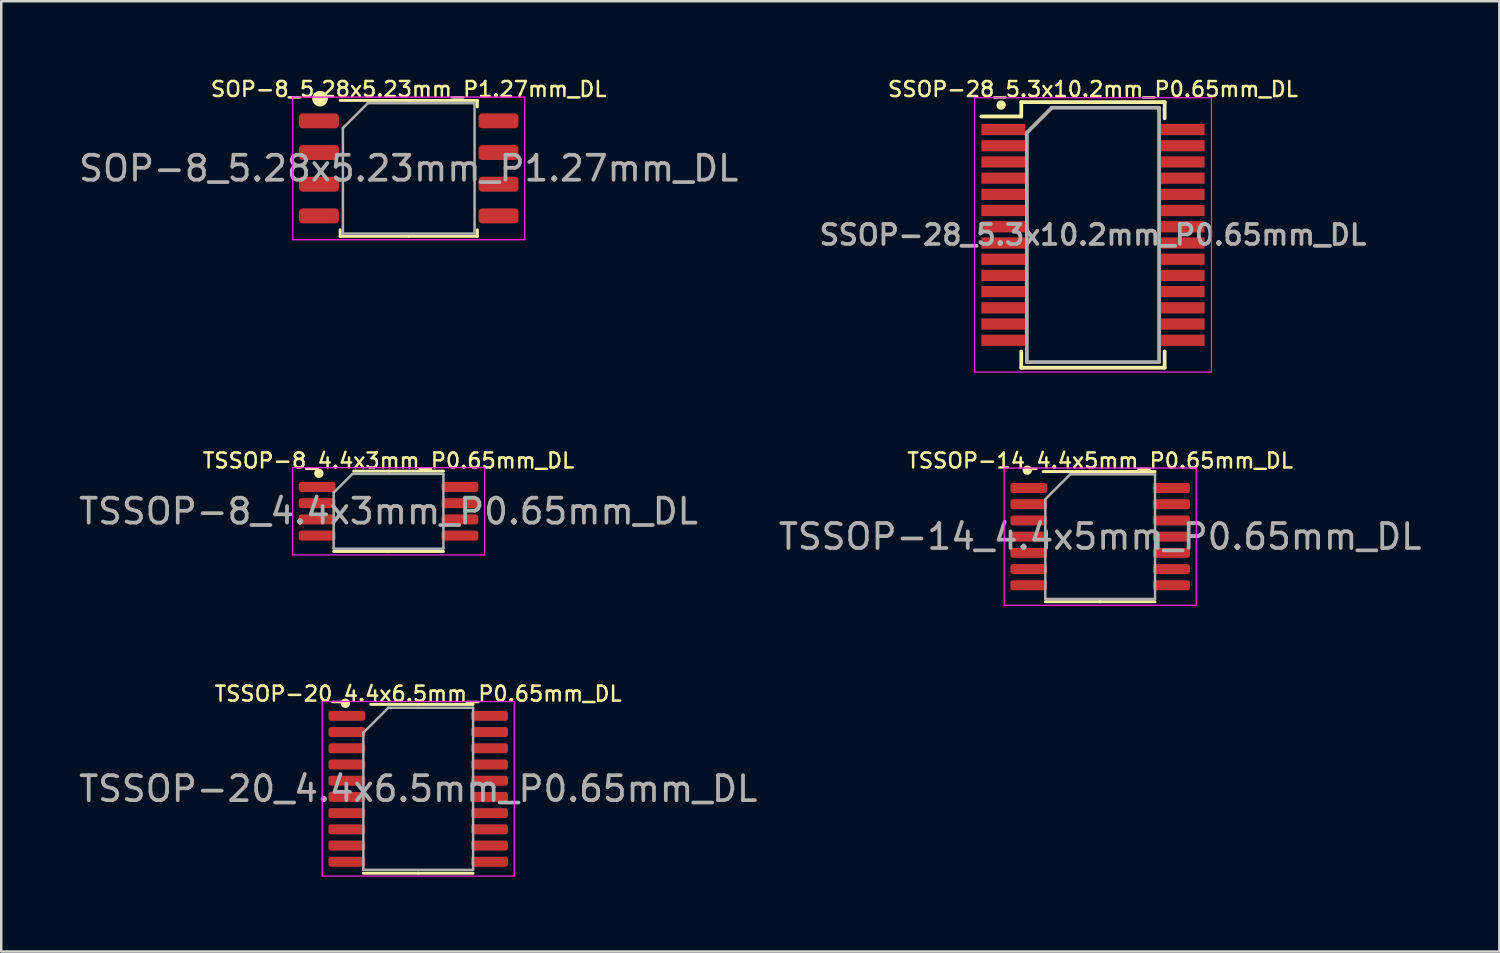
<source format=kicad_pcb>
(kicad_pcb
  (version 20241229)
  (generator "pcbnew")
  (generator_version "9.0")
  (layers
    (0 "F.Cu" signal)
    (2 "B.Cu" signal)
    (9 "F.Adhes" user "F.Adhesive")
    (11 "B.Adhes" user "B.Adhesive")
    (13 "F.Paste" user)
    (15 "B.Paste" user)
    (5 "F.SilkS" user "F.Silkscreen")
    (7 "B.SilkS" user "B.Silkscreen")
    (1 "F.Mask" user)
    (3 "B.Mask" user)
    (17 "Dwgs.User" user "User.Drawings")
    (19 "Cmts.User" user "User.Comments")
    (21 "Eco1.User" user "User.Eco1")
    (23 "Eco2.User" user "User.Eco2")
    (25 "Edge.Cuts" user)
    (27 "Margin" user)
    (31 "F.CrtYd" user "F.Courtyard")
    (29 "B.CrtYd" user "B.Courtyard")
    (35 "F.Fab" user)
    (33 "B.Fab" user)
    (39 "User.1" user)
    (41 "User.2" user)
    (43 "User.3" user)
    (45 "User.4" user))
  (footprint "TSSOP-20_4.4x6.5mm_P0.65mm_DL"
    (layer "F.Cu")
    (at 13.72 28.579)
    (property "Reference" "TSSOP-20_4.4x6.5mm_P0.65mm_DL" (at 0 -3.81 0) (layer "F.SilkS") (effects (font (size 0.6 0.6) (thickness 0.1))))
    (attr smd)
    (fp_line (start 0 -3.385) (end -1.905 -3.385) (stroke (width 0.12) (type solid)) (layer "F.SilkS"))
    (fp_line (start 0 -3.385) (end 2.2 -3.385) (stroke (width 0.12) (type solid)) (layer "F.SilkS"))
    (fp_line (start 0 3.385) (end -2.2 3.385) (stroke (width 0.12) (type solid)) (layer "F.SilkS"))
    (fp_line (start 0 3.385) (end 2.2 3.385) (stroke (width 0.12) (type solid)) (layer "F.SilkS"))
    (fp_circle (center -2.921 -3.429) (end -2.794 -3.429) (stroke (width 0.12) (type solid)) (fill yes) (layer "F.SilkS"))
    (fp_line (start -3.85 -3.5) (end -3.85 3.5) (stroke (width 0.05) (type solid)) (layer "F.CrtYd"))
    (fp_line (start -3.85 3.5) (end 3.85 3.5) (stroke (width 0.05) (type solid)) (layer "F.CrtYd"))
    (fp_line (start 3.85 -3.5) (end -3.85 -3.5) (stroke (width 0.05) (type solid)) (layer "F.CrtYd"))
    (fp_line (start 3.85 3.5) (end 3.85 -3.5) (stroke (width 0.05) (type solid)) (layer "F.CrtYd"))
    (fp_line (start -2.2 -2.25) (end -1.2 -3.25) (stroke (width 0.1) (type solid)) (layer "F.Fab"))
    (fp_line (start -2.2 3.25) (end -2.2 -2.25) (stroke (width 0.1) (type solid)) (layer "F.Fab"))
    (fp_line (start -1.2 -3.25) (end 2.2 -3.25) (stroke (width 0.1) (type solid)) (layer "F.Fab"))
    (fp_line (start 2.2 -3.25) (end 2.2 3.25) (stroke (width 0.1) (type solid)) (layer "F.Fab"))
    (fp_line (start 2.2 3.25) (end -2.2 3.25) (stroke (width 0.1) (type solid)) (layer "F.Fab"))
    (fp_text user "${REFERENCE}" (at 0 0 0) (layer "F.Fab") (effects (font (size 1 1) (thickness 0.15))))
    (pad "1" smd roundrect (at -2.862 -2.925) (size 1.475 0.4) (layers "F.Cu" "F.Mask" "F.Paste") (roundrect_rratio 0.25))
    (pad "2" smd roundrect (at -2.862 -2.275) (size 1.475 0.4) (layers "F.Cu" "F.Mask" "F.Paste") (roundrect_rratio 0.25))
    (pad "3" smd roundrect (at -2.862 -1.625) (size 1.475 0.4) (layers "F.Cu" "F.Mask" "F.Paste") (roundrect_rratio 0.25))
    (pad "4" smd roundrect (at -2.862 -0.975) (size 1.475 0.4) (layers "F.Cu" "F.Mask" "F.Paste") (roundrect_rratio 0.25))
    (pad "5" smd roundrect (at -2.862 -0.325) (size 1.475 0.4) (layers "F.Cu" "F.Mask" "F.Paste") (roundrect_rratio 0.25))
    (pad "6" smd roundrect (at -2.862 0.325) (size 1.475 0.4) (layers "F.Cu" "F.Mask" "F.Paste") (roundrect_rratio 0.25))
    (pad "7" smd roundrect (at -2.862 0.975) (size 1.475 0.4) (layers "F.Cu" "F.Mask" "F.Paste") (roundrect_rratio 0.25))
    (pad "8" smd roundrect (at -2.862 1.625) (size 1.475 0.4) (layers "F.Cu" "F.Mask" "F.Paste") (roundrect_rratio 0.25))
    (pad "9" smd roundrect (at -2.862 2.275) (size 1.475 0.4) (layers "F.Cu" "F.Mask" "F.Paste") (roundrect_rratio 0.25))
    (pad "10" smd roundrect (at -2.862 2.925) (size 1.475 0.4) (layers "F.Cu" "F.Mask" "F.Paste") (roundrect_rratio 0.25))
    (pad "11" smd roundrect (at 2.862 2.925) (size 1.475 0.4) (layers "F.Cu" "F.Mask" "F.Paste") (roundrect_rratio 0.25))
    (pad "12" smd roundrect (at 2.862 2.275) (size 1.475 0.4) (layers "F.Cu" "F.Mask" "F.Paste") (roundrect_rratio 0.25))
    (pad "13" smd roundrect (at 2.862 1.625) (size 1.475 0.4) (layers "F.Cu" "F.Mask" "F.Paste") (roundrect_rratio 0.25))
    (pad "14" smd roundrect (at 2.862 0.975) (size 1.475 0.4) (layers "F.Cu" "F.Mask" "F.Paste") (roundrect_rratio 0.25))
    (pad "15" smd roundrect (at 2.862 0.325) (size 1.475 0.4) (layers "F.Cu" "F.Mask" "F.Paste") (roundrect_rratio 0.25))
    (pad "16" smd roundrect (at 2.862 -0.325) (size 1.475 0.4) (layers "F.Cu" "F.Mask" "F.Paste") (roundrect_rratio 0.25))
    (pad "17" smd roundrect (at 2.862 -0.975) (size 1.475 0.4) (layers "F.Cu" "F.Mask" "F.Paste") (roundrect_rratio 0.25))
    (pad "18" smd roundrect (at 2.862 -1.625) (size 1.475 0.4) (layers "F.Cu" "F.Mask" "F.Paste") (roundrect_rratio 0.25))
    (pad "19" smd roundrect (at 2.862 -2.275) (size 1.475 0.4) (layers "F.Cu" "F.Mask" "F.Paste") (roundrect_rratio 0.25))
    (pad "20" smd roundrect (at 2.862 -2.925) (size 1.475 0.4) (layers "F.Cu" "F.Mask" "F.Paste") (roundrect_rratio 0.25)))
  (footprint "TSSOP-14_4.4x5mm_P0.65mm_DL"
    (layer "F.Cu")
    (at 41.065 18.468)
    (property "Reference" "TSSOP-14_4.4x5mm_P0.65mm_DL" (at 0 -3.048 0) (layer "F.SilkS") (effects (font (size 0.6 0.6) (thickness 0.1))))
    (attr smd)
    (fp_line (start 0 -2.61) (end -2.286 -2.61) (stroke (width 0.12) (type solid)) (layer "F.SilkS"))
    (fp_line (start 0 -2.61) (end 2.2 -2.61) (stroke (width 0.12) (type solid)) (layer "F.SilkS"))
    (fp_line (start 0 2.61) (end -2.2 2.61) (stroke (width 0.12) (type solid)) (layer "F.SilkS"))
    (fp_line (start 0 2.61) (end 2.2 2.61) (stroke (width 0.12) (type solid)) (layer "F.SilkS"))
    (fp_circle (center -2.921 -2.667) (end -2.794 -2.667) (stroke (width 0.12) (type solid)) (fill yes) (layer "F.SilkS"))
    (fp_line (start -3.85 -2.75) (end -3.85 2.75) (stroke (width 0.05) (type solid)) (layer "F.CrtYd"))
    (fp_line (start -3.85 2.75) (end 3.85 2.75) (stroke (width 0.05) (type solid)) (layer "F.CrtYd"))
    (fp_line (start 3.85 -2.75) (end -3.85 -2.75) (stroke (width 0.05) (type solid)) (layer "F.CrtYd"))
    (fp_line (start 3.85 2.75) (end 3.85 -2.75) (stroke (width 0.05) (type solid)) (layer "F.CrtYd"))
    (fp_line (start -2.2 -1.5) (end -1.2 -2.5) (stroke (width 0.1) (type solid)) (layer "F.Fab"))
    (fp_line (start -2.2 2.5) (end -2.2 -1.5) (stroke (width 0.1) (type solid)) (layer "F.Fab"))
    (fp_line (start -1.2 -2.5) (end 2.2 -2.5) (stroke (width 0.1) (type solid)) (layer "F.Fab"))
    (fp_line (start 2.2 -2.5) (end 2.2 2.5) (stroke (width 0.1) (type solid)) (layer "F.Fab"))
    (fp_line (start 2.2 2.5) (end -2.2 2.5) (stroke (width 0.1) (type solid)) (layer "F.Fab"))
    (fp_text user "${REFERENCE}" (at 0 0 0) (layer "F.Fab") (effects (font (size 1 1) (thickness 0.15))))
    (pad "1" smd roundrect (at -2.862 -1.95) (size 1.475 0.4) (layers "F.Cu" "F.Mask" "F.Paste") (roundrect_rratio 0.25))
    (pad "2" smd roundrect (at -2.862 -1.3) (size 1.475 0.4) (layers "F.Cu" "F.Mask" "F.Paste") (roundrect_rratio 0.25))
    (pad "3" smd roundrect (at -2.862 -0.65) (size 1.475 0.4) (layers "F.Cu" "F.Mask" "F.Paste") (roundrect_rratio 0.25))
    (pad "4" smd roundrect (at -2.862 0) (size 1.475 0.4) (layers "F.Cu" "F.Mask" "F.Paste") (roundrect_rratio 0.25))
    (pad "5" smd roundrect (at -2.862 0.65) (size 1.475 0.4) (layers "F.Cu" "F.Mask" "F.Paste") (roundrect_rratio 0.25))
    (pad "6" smd roundrect (at -2.862 1.3) (size 1.475 0.4) (layers "F.Cu" "F.Mask" "F.Paste") (roundrect_rratio 0.25))
    (pad "7" smd roundrect (at -2.862 1.95) (size 1.475 0.4) (layers "F.Cu" "F.Mask" "F.Paste") (roundrect_rratio 0.25))
    (pad "8" smd roundrect (at 2.862 1.95) (size 1.475 0.4) (layers "F.Cu" "F.Mask" "F.Paste") (roundrect_rratio 0.25))
    (pad "9" smd roundrect (at 2.862 1.3) (size 1.475 0.4) (layers "F.Cu" "F.Mask" "F.Paste") (roundrect_rratio 0.25))
    (pad "10" smd roundrect (at 2.862 0.65) (size 1.475 0.4) (layers "F.Cu" "F.Mask" "F.Paste") (roundrect_rratio 0.25))
    (pad "11" smd roundrect (at 2.862 0) (size 1.475 0.4) (layers "F.Cu" "F.Mask" "F.Paste") (roundrect_rratio 0.25))
    (pad "12" smd roundrect (at 2.862 -0.65) (size 1.475 0.4) (layers "F.Cu" "F.Mask" "F.Paste") (roundrect_rratio 0.25))
    (pad "13" smd roundrect (at 2.862 -1.3) (size 1.475 0.4) (layers "F.Cu" "F.Mask" "F.Paste") (roundrect_rratio 0.25))
    (pad "14" smd roundrect (at 2.862 -1.95) (size 1.475 0.4) (layers "F.Cu" "F.Mask" "F.Paste") (roundrect_rratio 0.25)))
  (footprint "SOP-8_5.28x5.23mm_P1.27mm_DL"
    (layer "F.Cu")
    (at 13.339 3.701)
    (property "Reference" "SOP-8_5.28x5.23mm_P1.27mm_DL" (at 0 -3.175 0) (layer "F.SilkS") (effects (font (size 0.6 0.6) (thickness 0.1))))
    (attr smd)
    (fp_line (start -2.75 2.725) (end -2.75 2.465) (stroke (width 0.12) (type solid)) (layer "F.SilkS"))
    (fp_line (start 0 -2.725) (end -2.75 -2.725) (stroke (width 0.12) (type solid)) (layer "F.SilkS"))
    (fp_line (start 0 -2.725) (end 2.75 -2.725) (stroke (width 0.12) (type solid)) (layer "F.SilkS"))
    (fp_line (start 0 2.725) (end -2.75 2.725) (stroke (width 0.12) (type solid)) (layer "F.SilkS"))
    (fp_line (start 0 2.725) (end 2.75 2.725) (stroke (width 0.12) (type solid)) (layer "F.SilkS"))
    (fp_line (start 2.75 -2.725) (end 2.75 -2.465) (stroke (width 0.12) (type solid)) (layer "F.SilkS"))
    (fp_line (start 2.75 2.725) (end 2.75 2.465) (stroke (width 0.12) (type solid)) (layer "F.SilkS"))
    (fp_circle (center -3.556 -2.794) (end -3.302 -2.794) (stroke (width 0.12) (type solid)) (fill yes) (layer "F.SilkS"))
    (fp_line (start -4.65 -2.86) (end -4.65 2.86) (stroke (width 0.05) (type solid)) (layer "F.CrtYd"))
    (fp_line (start -4.65 2.86) (end 4.65 2.86) (stroke (width 0.05) (type solid)) (layer "F.CrtYd"))
    (fp_line (start 4.65 -2.86) (end -4.65 -2.86) (stroke (width 0.05) (type solid)) (layer "F.CrtYd"))
    (fp_line (start 4.65 2.86) (end 4.65 -2.86) (stroke (width 0.05) (type solid)) (layer "F.CrtYd"))
    (fp_line (start -2.64 -1.615) (end -1.64 -2.615) (stroke (width 0.1) (type solid)) (layer "F.Fab"))
    (fp_line (start -2.64 2.615) (end -2.64 -1.615) (stroke (width 0.1) (type solid)) (layer "F.Fab"))
    (fp_line (start -1.64 -2.615) (end 2.64 -2.615) (stroke (width 0.1) (type solid)) (layer "F.Fab"))
    (fp_line (start 2.64 -2.615) (end 2.64 2.615) (stroke (width 0.1) (type solid)) (layer "F.Fab"))
    (fp_line (start 2.64 2.615) (end -2.64 2.615) (stroke (width 0.1) (type solid)) (layer "F.Fab"))
    (fp_text user "${REFERENCE}" (at 0 0 0) (layer "F.Fab") (effects (font (size 1 1) (thickness 0.15))))
    (pad "1" smd roundrect (at -3.6 -1.905) (size 1.6 0.6) (layers "F.Cu" "F.Mask" "F.Paste") (roundrect_rratio 0.25))
    (pad "2" smd roundrect (at -3.6 -0.635) (size 1.6 0.6) (layers "F.Cu" "F.Mask" "F.Paste") (roundrect_rratio 0.25))
    (pad "3" smd roundrect (at -3.6 0.635) (size 1.6 0.6) (layers "F.Cu" "F.Mask" "F.Paste") (roundrect_rratio 0.25))
    (pad "4" smd roundrect (at -3.6 1.905) (size 1.6 0.6) (layers "F.Cu" "F.Mask" "F.Paste") (roundrect_rratio 0.25))
    (pad "5" smd roundrect (at 3.6 1.905) (size 1.6 0.6) (layers "F.Cu" "F.Mask" "F.Paste") (roundrect_rratio 0.25))
    (pad "6" smd roundrect (at 3.6 0.635) (size 1.6 0.6) (layers "F.Cu" "F.Mask" "F.Paste") (roundrect_rratio 0.25))
    (pad "7" smd roundrect (at 3.6 -0.635) (size 1.6 0.6) (layers "F.Cu" "F.Mask" "F.Paste") (roundrect_rratio 0.25))
    (pad "8" smd roundrect (at 3.6 -1.905) (size 1.6 0.6) (layers "F.Cu" "F.Mask" "F.Paste") (roundrect_rratio 0.25)))
  (footprint "TSSOP-8_4.4x3mm_P0.65mm_DL"
    (layer "F.Cu")
    (at 12.53 17.452)
    (property "Reference" "TSSOP-8_4.4x3mm_P0.65mm_DL" (at 0 -2.032 0) (layer "F.SilkS") (effects (font (size 0.6 0.6) (thickness 0.1))))
    (attr smd)
    (fp_line (start 0 -1.61) (end -1.397 -1.61) (stroke (width 0.12) (type solid)) (layer "F.SilkS"))
    (fp_line (start 0 -1.61) (end 2.2 -1.61) (stroke (width 0.12) (type solid)) (layer "F.SilkS"))
    (fp_line (start 0 1.61) (end -2.2 1.61) (stroke (width 0.12) (type solid)) (layer "F.SilkS"))
    (fp_line (start 0 1.61) (end 2.2 1.61) (stroke (width 0.12) (type solid)) (layer "F.SilkS"))
    (fp_circle (center -2.794 -1.524) (end -2.667 -1.524) (stroke (width 0.12) (type solid)) (fill yes) (layer "F.SilkS"))
    (fp_line (start -3.85 -1.75) (end -3.85 1.75) (stroke (width 0.05) (type solid)) (layer "F.CrtYd"))
    (fp_line (start -3.85 1.75) (end 3.85 1.75) (stroke (width 0.05) (type solid)) (layer "F.CrtYd"))
    (fp_line (start 3.85 -1.75) (end -3.85 -1.75) (stroke (width 0.05) (type solid)) (layer "F.CrtYd"))
    (fp_line (start 3.85 1.75) (end 3.85 -1.75) (stroke (width 0.05) (type solid)) (layer "F.CrtYd"))
    (fp_line (start -2.2 -0.75) (end -1.45 -1.5) (stroke (width 0.1) (type solid)) (layer "F.Fab"))
    (fp_line (start -2.2 1.5) (end -2.2 -0.75) (stroke (width 0.1) (type solid)) (layer "F.Fab"))
    (fp_line (start -1.45 -1.5) (end 2.2 -1.5) (stroke (width 0.1) (type solid)) (layer "F.Fab"))
    (fp_line (start 2.2 -1.5) (end 2.2 1.5) (stroke (width 0.1) (type solid)) (layer "F.Fab"))
    (fp_line (start 2.2 1.5) (end -2.2 1.5) (stroke (width 0.1) (type solid)) (layer "F.Fab"))
    (fp_text user "${REFERENCE}" (at 0 0 0) (layer "F.Fab") (effects (font (size 1 1) (thickness 0.15))))
    (pad "1" smd roundrect (at -2.862 -0.975) (size 1.475 0.4) (layers "F.Cu" "F.Mask" "F.Paste") (roundrect_rratio 0.25))
    (pad "2" smd roundrect (at -2.862 -0.325) (size 1.475 0.4) (layers "F.Cu" "F.Mask" "F.Paste") (roundrect_rratio 0.25))
    (pad "3" smd roundrect (at -2.862 0.325) (size 1.475 0.4) (layers "F.Cu" "F.Mask" "F.Paste") (roundrect_rratio 0.25))
    (pad "4" smd roundrect (at -2.862 0.975) (size 1.475 0.4) (layers "F.Cu" "F.Mask" "F.Paste") (roundrect_rratio 0.25))
    (pad "5" smd roundrect (at 2.862 0.975) (size 1.475 0.4) (layers "F.Cu" "F.Mask" "F.Paste") (roundrect_rratio 0.25))
    (pad "6" smd roundrect (at 2.862 0.325) (size 1.475 0.4) (layers "F.Cu" "F.Mask" "F.Paste") (roundrect_rratio 0.25))
    (pad "7" smd roundrect (at 2.862 -0.325) (size 1.475 0.4) (layers "F.Cu" "F.Mask" "F.Paste") (roundrect_rratio 0.25))
    (pad "8" smd roundrect (at 2.862 -0.975) (size 1.475 0.4) (layers "F.Cu" "F.Mask" "F.Paste") (roundrect_rratio 0.25)))
  (footprint "SSOP-28_5.3x10.2mm_P0.65mm_DL"
    (layer "F.Cu")
    (at 40.776 6.369)
    (property "Reference" "SSOP-28_5.3x10.2mm_P0.65mm_DL" (at 0 -5.842 0) (layer "F.SilkS") (effects (font (size 0.6 0.6) (thickness 0.1))))
    (attr smd)
    (fp_line (start -2.875 -5.325) (end -2.875 -4.75) (stroke (width 0.15) (type solid)) (layer "F.SilkS"))
    (fp_line (start -2.875 -5.325) (end 2.875 -5.325) (stroke (width 0.15) (type solid)) (layer "F.SilkS"))
    (fp_line (start -2.875 -4.75) (end -4.475 -4.75) (stroke (width 0.15) (type solid)) (layer "F.SilkS"))
    (fp_line (start -2.875 5.325) (end -2.875 4.675) (stroke (width 0.15) (type solid)) (layer "F.SilkS"))
    (fp_line (start -2.875 5.325) (end 2.875 5.325) (stroke (width 0.15) (type solid)) (layer "F.SilkS"))
    (fp_line (start 2.875 -5.325) (end 2.875 -4.675) (stroke (width 0.15) (type solid)) (layer "F.SilkS"))
    (fp_line (start 2.875 5.325) (end 2.875 4.675) (stroke (width 0.15) (type solid)) (layer "F.SilkS"))
    (fp_circle (center -3.683 -5.207) (end -3.556 -5.207) (stroke (width 0.12) (type solid)) (fill yes) (layer "F.SilkS"))
    (fp_line (start -4.75 -5.5) (end -4.75 5.5) (stroke (width 0.05) (type solid)) (layer "F.CrtYd"))
    (fp_line (start -4.75 -5.5) (end 4.75 -5.5) (stroke (width 0.05) (type solid)) (layer "F.CrtYd"))
    (fp_line (start -4.75 5.5) (end 4.75 5.5) (stroke (width 0.05) (type solid)) (layer "F.CrtYd"))
    (fp_line (start 4.75 -5.5) (end 4.75 5.5) (stroke (width 0.05) (type solid)) (layer "F.CrtYd"))
    (fp_line (start -2.65 -4.1) (end -1.65 -5.1) (stroke (width 0.15) (type solid)) (layer "F.Fab"))
    (fp_line (start -2.65 5.1) (end -2.65 -4.1) (stroke (width 0.15) (type solid)) (layer "F.Fab"))
    (fp_line (start -1.65 -5.1) (end 2.65 -5.1) (stroke (width 0.15) (type solid)) (layer "F.Fab"))
    (fp_line (start 2.65 -5.1) (end 2.65 5.1) (stroke (width 0.15) (type solid)) (layer "F.Fab"))
    (fp_line (start 2.65 5.1) (end -2.65 5.1) (stroke (width 0.15) (type solid)) (layer "F.Fab"))
    (fp_text user "${REFERENCE}" (at 0 0 0) (layer "F.Fab") (effects (font (size 0.8 0.8) (thickness 0.15))))
    (pad "1" smd rect (at -3.6 -4.225) (size 1.75 0.45) (layers "F.Cu" "F.Mask" "F.Paste"))
    (pad "2" smd rect (at -3.6 -3.575) (size 1.75 0.45) (layers "F.Cu" "F.Mask" "F.Paste"))
    (pad "3" smd rect (at -3.6 -2.925) (size 1.75 0.45) (layers "F.Cu" "F.Mask" "F.Paste"))
    (pad "4" smd rect (at -3.6 -2.275) (size 1.75 0.45) (layers "F.Cu" "F.Mask" "F.Paste"))
    (pad "5" smd rect (at -3.6 -1.625) (size 1.75 0.45) (layers "F.Cu" "F.Mask" "F.Paste"))
    (pad "6" smd rect (at -3.6 -0.975) (size 1.75 0.45) (layers "F.Cu" "F.Mask" "F.Paste"))
    (pad "7" smd rect (at -3.6 -0.325) (size 1.75 0.45) (layers "F.Cu" "F.Mask" "F.Paste"))
    (pad "8" smd rect (at -3.6 0.325) (size 1.75 0.45) (layers "F.Cu" "F.Mask" "F.Paste"))
    (pad "9" smd rect (at -3.6 0.975) (size 1.75 0.45) (layers "F.Cu" "F.Mask" "F.Paste"))
    (pad "10" smd rect (at -3.6 1.625) (size 1.75 0.45) (layers "F.Cu" "F.Mask" "F.Paste"))
    (pad "11" smd rect (at -3.6 2.275) (size 1.75 0.45) (layers "F.Cu" "F.Mask" "F.Paste"))
    (pad "12" smd rect (at -3.6 2.925) (size 1.75 0.45) (layers "F.Cu" "F.Mask" "F.Paste"))
    (pad "13" smd rect (at -3.6 3.575) (size 1.75 0.45) (layers "F.Cu" "F.Mask" "F.Paste"))
    (pad "14" smd rect (at -3.6 4.225) (size 1.75 0.45) (layers "F.Cu" "F.Mask" "F.Paste"))
    (pad "15" smd rect (at 3.6 4.225) (size 1.75 0.45) (layers "F.Cu" "F.Mask" "F.Paste"))
    (pad "16" smd rect (at 3.6 3.575) (size 1.75 0.45) (layers "F.Cu" "F.Mask" "F.Paste"))
    (pad "17" smd rect (at 3.6 2.925) (size 1.75 0.45) (layers "F.Cu" "F.Mask" "F.Paste"))
    (pad "18" smd rect (at 3.6 2.275) (size 1.75 0.45) (layers "F.Cu" "F.Mask" "F.Paste"))
    (pad "19" smd rect (at 3.6 1.625) (size 1.75 0.45) (layers "F.Cu" "F.Mask" "F.Paste"))
    (pad "20" smd rect (at 3.6 0.975) (size 1.75 0.45) (layers "F.Cu" "F.Mask" "F.Paste"))
    (pad "21" smd rect (at 3.6 0.325) (size 1.75 0.45) (layers "F.Cu" "F.Mask" "F.Paste"))
    (pad "22" smd rect (at 3.6 -0.325) (size 1.75 0.45) (layers "F.Cu" "F.Mask" "F.Paste"))
    (pad "23" smd rect (at 3.6 -0.975) (size 1.75 0.45) (layers "F.Cu" "F.Mask" "F.Paste"))
    (pad "24" smd rect (at 3.6 -1.625) (size 1.75 0.45) (layers "F.Cu" "F.Mask" "F.Paste"))
    (pad "25" smd rect (at 3.6 -2.275) (size 1.75 0.45) (layers "F.Cu" "F.Mask" "F.Paste"))
    (pad "26" smd rect (at 3.6 -2.925) (size 1.75 0.45) (layers "F.Cu" "F.Mask" "F.Paste"))
    (pad "27" smd rect (at 3.6 -3.575) (size 1.75 0.45) (layers "F.Cu" "F.Mask" "F.Paste"))
    (pad "28" smd rect (at 3.6 -4.225) (size 1.75 0.45) (layers "F.Cu" "F.Mask" "F.Paste")))
  (gr_rect
    (start -3 -3)
    (end 57.071 35.105)
    (stroke (width 0.1) (type default))
    (fill no)
    (layer "Edge.Cuts")))
</source>
